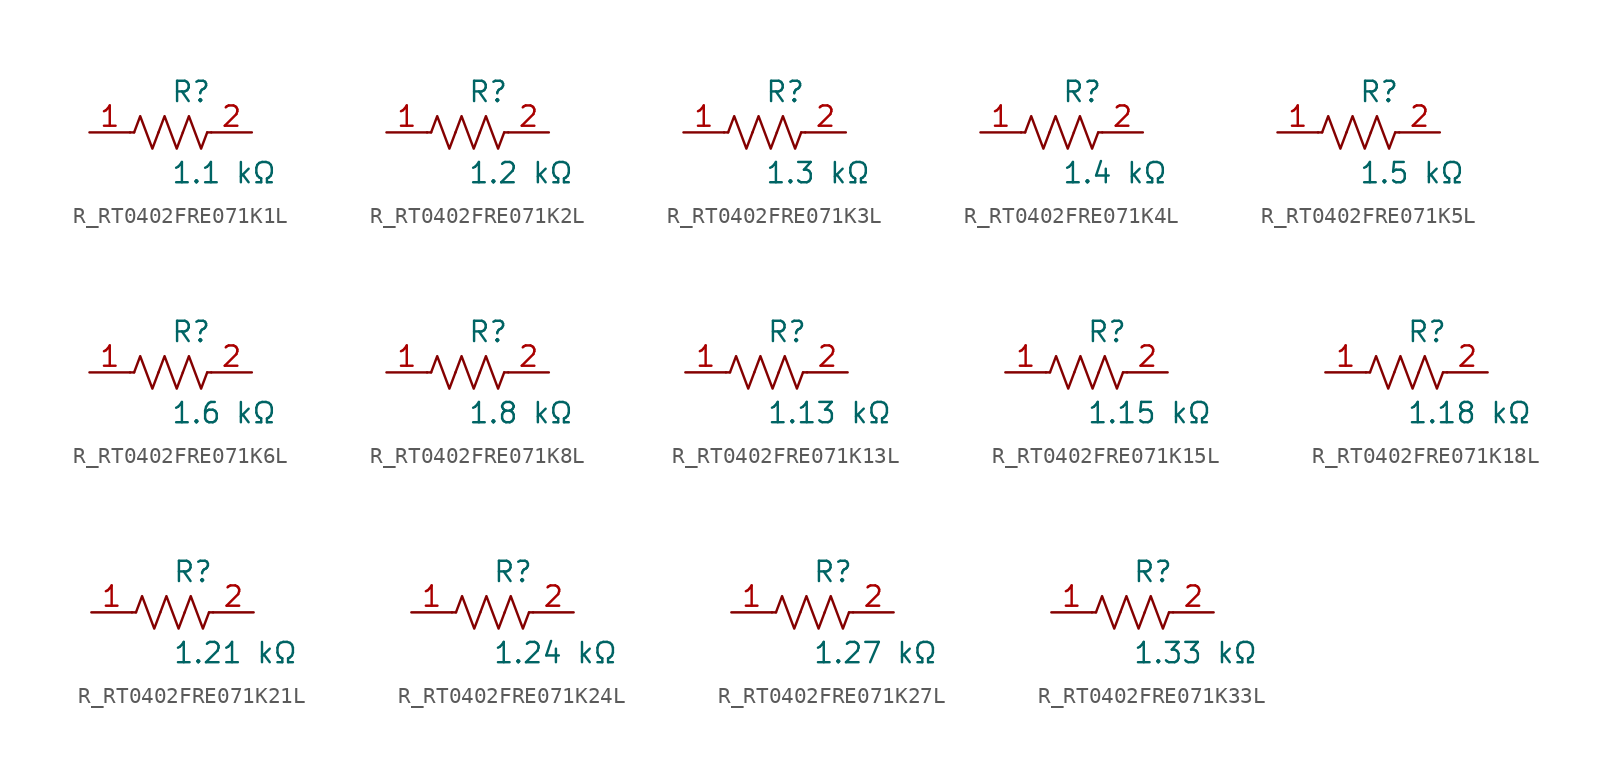
<source format=kicad_sym>
(kicad_symbol_lib
  (version 20231120)
  (generator kicad_symbol_editor)
  (generator_version 8.0)
  (symbol "R_RT0402FRE071K1L"
    (pin_names
      (offset 0.254))
    (property "Reference" "R"
      (at 0.0 2.54 0)
      (effects (font (size 1.27 1.27)) (justify left)))
    (property "Value" "1.1 kΩ"
      (at 0.0 -2.54 0)
      (effects (font (size 1.27 1.27)) (justify left)))
    (symbol "R_RT0402FRE071K1L_0_1"
      (polyline (pts (xy 2.286 0) (xy 2.54 0)) (stroke (width 0) (type default)) (fill (type none)))
      (polyline (pts (xy -2.286 0) (xy -2.54 0)) (stroke (width 0) (type default)) (fill (type none)))
      (polyline (pts (xy 0.762 0) (xy 1.143 1.016) (xy 1.524 0) (xy 1.905 -1.016) (xy 2.286 0)) (stroke (width 0) (type default)) (fill (type none)))
      (polyline (pts (xy -0.762 0) (xy -0.381 1.016) (xy 0 0) (xy 0.381 -1.016) (xy 0.762 0)) (stroke (width 0) (type default)) (fill (type none)))
      (polyline (pts (xy -2.286 0) (xy -1.905 1.016) (xy -1.524 0) (xy -1.143 -1.016) (xy -0.762 0)) (stroke (width 0) (type default)) (fill (type none))))
    (pin unspecified line
      (at -5.08 0 0)
      (length 2.54)
      (name "" (effects (font (size 1.27 1.27))))
      (number "1" (effects (font (size 1.27 1.27)))))
    (pin unspecified line
      (at 5.08 0 180)
      (length 2.54)
      (name "" (effects (font (size 1.27 1.27))))
      (number "2" (effects (font (size 1.27 1.27))))))
  (symbol "R_RT0402FRE071K2L"
    (pin_names
      (offset 0.254))
    (property "Reference" "R"
      (at 0.0 2.54 0)
      (effects (font (size 1.27 1.27)) (justify left)))
    (property "Value" "1.2 kΩ"
      (at 0.0 -2.54 0)
      (effects (font (size 1.27 1.27)) (justify left)))
    (symbol "R_RT0402FRE071K2L_0_1"
      (polyline (pts (xy 2.286 0) (xy 2.54 0)) (stroke (width 0) (type default)) (fill (type none)))
      (polyline (pts (xy -2.286 0) (xy -2.54 0)) (stroke (width 0) (type default)) (fill (type none)))
      (polyline (pts (xy 0.762 0) (xy 1.143 1.016) (xy 1.524 0) (xy 1.905 -1.016) (xy 2.286 0)) (stroke (width 0) (type default)) (fill (type none)))
      (polyline (pts (xy -0.762 0) (xy -0.381 1.016) (xy 0 0) (xy 0.381 -1.016) (xy 0.762 0)) (stroke (width 0) (type default)) (fill (type none)))
      (polyline (pts (xy -2.286 0) (xy -1.905 1.016) (xy -1.524 0) (xy -1.143 -1.016) (xy -0.762 0)) (stroke (width 0) (type default)) (fill (type none))))
    (pin unspecified line
      (at -5.08 0 0)
      (length 2.54)
      (name "" (effects (font (size 1.27 1.27))))
      (number "1" (effects (font (size 1.27 1.27)))))
    (pin unspecified line
      (at 5.08 0 180)
      (length 2.54)
      (name "" (effects (font (size 1.27 1.27))))
      (number "2" (effects (font (size 1.27 1.27))))))
  (symbol "R_RT0402FRE071K3L"
    (pin_names
      (offset 0.254))
    (property "Reference" "R"
      (at 0.0 2.54 0)
      (effects (font (size 1.27 1.27)) (justify left)))
    (property "Value" "1.3 kΩ"
      (at 0.0 -2.54 0)
      (effects (font (size 1.27 1.27)) (justify left)))
    (symbol "R_RT0402FRE071K3L_0_1"
      (polyline (pts (xy 2.286 0) (xy 2.54 0)) (stroke (width 0) (type default)) (fill (type none)))
      (polyline (pts (xy -2.286 0) (xy -2.54 0)) (stroke (width 0) (type default)) (fill (type none)))
      (polyline (pts (xy 0.762 0) (xy 1.143 1.016) (xy 1.524 0) (xy 1.905 -1.016) (xy 2.286 0)) (stroke (width 0) (type default)) (fill (type none)))
      (polyline (pts (xy -0.762 0) (xy -0.381 1.016) (xy 0 0) (xy 0.381 -1.016) (xy 0.762 0)) (stroke (width 0) (type default)) (fill (type none)))
      (polyline (pts (xy -2.286 0) (xy -1.905 1.016) (xy -1.524 0) (xy -1.143 -1.016) (xy -0.762 0)) (stroke (width 0) (type default)) (fill (type none))))
    (pin unspecified line
      (at -5.08 0 0)
      (length 2.54)
      (name "" (effects (font (size 1.27 1.27))))
      (number "1" (effects (font (size 1.27 1.27)))))
    (pin unspecified line
      (at 5.08 0 180)
      (length 2.54)
      (name "" (effects (font (size 1.27 1.27))))
      (number "2" (effects (font (size 1.27 1.27))))))
  (symbol "R_RT0402FRE071K4L"
    (pin_names
      (offset 0.254))
    (property "Reference" "R"
      (at 0.0 2.54 0)
      (effects (font (size 1.27 1.27)) (justify left)))
    (property "Value" "1.4 kΩ"
      (at 0.0 -2.54 0)
      (effects (font (size 1.27 1.27)) (justify left)))
    (symbol "R_RT0402FRE071K4L_0_1"
      (polyline (pts (xy 2.286 0) (xy 2.54 0)) (stroke (width 0) (type default)) (fill (type none)))
      (polyline (pts (xy -2.286 0) (xy -2.54 0)) (stroke (width 0) (type default)) (fill (type none)))
      (polyline (pts (xy 0.762 0) (xy 1.143 1.016) (xy 1.524 0) (xy 1.905 -1.016) (xy 2.286 0)) (stroke (width 0) (type default)) (fill (type none)))
      (polyline (pts (xy -0.762 0) (xy -0.381 1.016) (xy 0 0) (xy 0.381 -1.016) (xy 0.762 0)) (stroke (width 0) (type default)) (fill (type none)))
      (polyline (pts (xy -2.286 0) (xy -1.905 1.016) (xy -1.524 0) (xy -1.143 -1.016) (xy -0.762 0)) (stroke (width 0) (type default)) (fill (type none))))
    (pin unspecified line
      (at -5.08 0 0)
      (length 2.54)
      (name "" (effects (font (size 1.27 1.27))))
      (number "1" (effects (font (size 1.27 1.27)))))
    (pin unspecified line
      (at 5.08 0 180)
      (length 2.54)
      (name "" (effects (font (size 1.27 1.27))))
      (number "2" (effects (font (size 1.27 1.27))))))
  (symbol "R_RT0402FRE071K5L"
    (pin_names
      (offset 0.254))
    (property "Reference" "R"
      (at 0.0 2.54 0)
      (effects (font (size 1.27 1.27)) (justify left)))
    (property "Value" "1.5 kΩ"
      (at 0.0 -2.54 0)
      (effects (font (size 1.27 1.27)) (justify left)))
    (symbol "R_RT0402FRE071K5L_0_1"
      (polyline (pts (xy 2.286 0) (xy 2.54 0)) (stroke (width 0) (type default)) (fill (type none)))
      (polyline (pts (xy -2.286 0) (xy -2.54 0)) (stroke (width 0) (type default)) (fill (type none)))
      (polyline (pts (xy 0.762 0) (xy 1.143 1.016) (xy 1.524 0) (xy 1.905 -1.016) (xy 2.286 0)) (stroke (width 0) (type default)) (fill (type none)))
      (polyline (pts (xy -0.762 0) (xy -0.381 1.016) (xy 0 0) (xy 0.381 -1.016) (xy 0.762 0)) (stroke (width 0) (type default)) (fill (type none)))
      (polyline (pts (xy -2.286 0) (xy -1.905 1.016) (xy -1.524 0) (xy -1.143 -1.016) (xy -0.762 0)) (stroke (width 0) (type default)) (fill (type none))))
    (pin unspecified line
      (at -5.08 0 0)
      (length 2.54)
      (name "" (effects (font (size 1.27 1.27))))
      (number "1" (effects (font (size 1.27 1.27)))))
    (pin unspecified line
      (at 5.08 0 180)
      (length 2.54)
      (name "" (effects (font (size 1.27 1.27))))
      (number "2" (effects (font (size 1.27 1.27))))))
  (symbol "R_RT0402FRE071K6L"
    (pin_names
      (offset 0.254))
    (property "Reference" "R"
      (at 0.0 2.54 0)
      (effects (font (size 1.27 1.27)) (justify left)))
    (property "Value" "1.6 kΩ"
      (at 0.0 -2.54 0)
      (effects (font (size 1.27 1.27)) (justify left)))
    (symbol "R_RT0402FRE071K6L_0_1"
      (polyline (pts (xy 2.286 0) (xy 2.54 0)) (stroke (width 0) (type default)) (fill (type none)))
      (polyline (pts (xy -2.286 0) (xy -2.54 0)) (stroke (width 0) (type default)) (fill (type none)))
      (polyline (pts (xy 0.762 0) (xy 1.143 1.016) (xy 1.524 0) (xy 1.905 -1.016) (xy 2.286 0)) (stroke (width 0) (type default)) (fill (type none)))
      (polyline (pts (xy -0.762 0) (xy -0.381 1.016) (xy 0 0) (xy 0.381 -1.016) (xy 0.762 0)) (stroke (width 0) (type default)) (fill (type none)))
      (polyline (pts (xy -2.286 0) (xy -1.905 1.016) (xy -1.524 0) (xy -1.143 -1.016) (xy -0.762 0)) (stroke (width 0) (type default)) (fill (type none))))
    (pin unspecified line
      (at -5.08 0 0)
      (length 2.54)
      (name "" (effects (font (size 1.27 1.27))))
      (number "1" (effects (font (size 1.27 1.27)))))
    (pin unspecified line
      (at 5.08 0 180)
      (length 2.54)
      (name "" (effects (font (size 1.27 1.27))))
      (number "2" (effects (font (size 1.27 1.27))))))
  (symbol "R_RT0402FRE071K8L"
    (pin_names
      (offset 0.254))
    (property "Reference" "R"
      (at 0.0 2.54 0)
      (effects (font (size 1.27 1.27)) (justify left)))
    (property "Value" "1.8 kΩ"
      (at 0.0 -2.54 0)
      (effects (font (size 1.27 1.27)) (justify left)))
    (symbol "R_RT0402FRE071K8L_0_1"
      (polyline (pts (xy 2.286 0) (xy 2.54 0)) (stroke (width 0) (type default)) (fill (type none)))
      (polyline (pts (xy -2.286 0) (xy -2.54 0)) (stroke (width 0) (type default)) (fill (type none)))
      (polyline (pts (xy 0.762 0) (xy 1.143 1.016) (xy 1.524 0) (xy 1.905 -1.016) (xy 2.286 0)) (stroke (width 0) (type default)) (fill (type none)))
      (polyline (pts (xy -0.762 0) (xy -0.381 1.016) (xy 0 0) (xy 0.381 -1.016) (xy 0.762 0)) (stroke (width 0) (type default)) (fill (type none)))
      (polyline (pts (xy -2.286 0) (xy -1.905 1.016) (xy -1.524 0) (xy -1.143 -1.016) (xy -0.762 0)) (stroke (width 0) (type default)) (fill (type none))))
    (pin unspecified line
      (at -5.08 0 0)
      (length 2.54)
      (name "" (effects (font (size 1.27 1.27))))
      (number "1" (effects (font (size 1.27 1.27)))))
    (pin unspecified line
      (at 5.08 0 180)
      (length 2.54)
      (name "" (effects (font (size 1.27 1.27))))
      (number "2" (effects (font (size 1.27 1.27))))))
  (symbol "R_RT0402FRE071K13L"
    (pin_names
      (offset 0.254))
    (property "Reference" "R"
      (at 0.0 2.54 0)
      (effects (font (size 1.27 1.27)) (justify left)))
    (property "Value" "1.13 kΩ"
      (at 0.0 -2.54 0)
      (effects (font (size 1.27 1.27)) (justify left)))
    (symbol "R_RT0402FRE071K13L_0_1"
      (polyline (pts (xy 2.286 0) (xy 2.54 0)) (stroke (width 0) (type default)) (fill (type none)))
      (polyline (pts (xy -2.286 0) (xy -2.54 0)) (stroke (width 0) (type default)) (fill (type none)))
      (polyline (pts (xy 0.762 0) (xy 1.143 1.016) (xy 1.524 0) (xy 1.905 -1.016) (xy 2.286 0)) (stroke (width 0) (type default)) (fill (type none)))
      (polyline (pts (xy -0.762 0) (xy -0.381 1.016) (xy 0 0) (xy 0.381 -1.016) (xy 0.762 0)) (stroke (width 0) (type default)) (fill (type none)))
      (polyline (pts (xy -2.286 0) (xy -1.905 1.016) (xy -1.524 0) (xy -1.143 -1.016) (xy -0.762 0)) (stroke (width 0) (type default)) (fill (type none))))
    (pin unspecified line
      (at -5.08 0 0)
      (length 2.54)
      (name "" (effects (font (size 1.27 1.27))))
      (number "1" (effects (font (size 1.27 1.27)))))
    (pin unspecified line
      (at 5.08 0 180)
      (length 2.54)
      (name "" (effects (font (size 1.27 1.27))))
      (number "2" (effects (font (size 1.27 1.27))))))
  (symbol "R_RT0402FRE071K15L"
    (pin_names
      (offset 0.254))
    (property "Reference" "R"
      (at 0.0 2.54 0)
      (effects (font (size 1.27 1.27)) (justify left)))
    (property "Value" "1.15 kΩ"
      (at 0.0 -2.54 0)
      (effects (font (size 1.27 1.27)) (justify left)))
    (symbol "R_RT0402FRE071K15L_0_1"
      (polyline (pts (xy 2.286 0) (xy 2.54 0)) (stroke (width 0) (type default)) (fill (type none)))
      (polyline (pts (xy -2.286 0) (xy -2.54 0)) (stroke (width 0) (type default)) (fill (type none)))
      (polyline (pts (xy 0.762 0) (xy 1.143 1.016) (xy 1.524 0) (xy 1.905 -1.016) (xy 2.286 0)) (stroke (width 0) (type default)) (fill (type none)))
      (polyline (pts (xy -0.762 0) (xy -0.381 1.016) (xy 0 0) (xy 0.381 -1.016) (xy 0.762 0)) (stroke (width 0) (type default)) (fill (type none)))
      (polyline (pts (xy -2.286 0) (xy -1.905 1.016) (xy -1.524 0) (xy -1.143 -1.016) (xy -0.762 0)) (stroke (width 0) (type default)) (fill (type none))))
    (pin unspecified line
      (at -5.08 0 0)
      (length 2.54)
      (name "" (effects (font (size 1.27 1.27))))
      (number "1" (effects (font (size 1.27 1.27)))))
    (pin unspecified line
      (at 5.08 0 180)
      (length 2.54)
      (name "" (effects (font (size 1.27 1.27))))
      (number "2" (effects (font (size 1.27 1.27))))))
  (symbol "R_RT0402FRE071K18L"
    (pin_names
      (offset 0.254))
    (property "Reference" "R"
      (at 0.0 2.54 0)
      (effects (font (size 1.27 1.27)) (justify left)))
    (property "Value" "1.18 kΩ"
      (at 0.0 -2.54 0)
      (effects (font (size 1.27 1.27)) (justify left)))
    (symbol "R_RT0402FRE071K18L_0_1"
      (polyline (pts (xy 2.286 0) (xy 2.54 0)) (stroke (width 0) (type default)) (fill (type none)))
      (polyline (pts (xy -2.286 0) (xy -2.54 0)) (stroke (width 0) (type default)) (fill (type none)))
      (polyline (pts (xy 0.762 0) (xy 1.143 1.016) (xy 1.524 0) (xy 1.905 -1.016) (xy 2.286 0)) (stroke (width 0) (type default)) (fill (type none)))
      (polyline (pts (xy -0.762 0) (xy -0.381 1.016) (xy 0 0) (xy 0.381 -1.016) (xy 0.762 0)) (stroke (width 0) (type default)) (fill (type none)))
      (polyline (pts (xy -2.286 0) (xy -1.905 1.016) (xy -1.524 0) (xy -1.143 -1.016) (xy -0.762 0)) (stroke (width 0) (type default)) (fill (type none))))
    (pin unspecified line
      (at -5.08 0 0)
      (length 2.54)
      (name "" (effects (font (size 1.27 1.27))))
      (number "1" (effects (font (size 1.27 1.27)))))
    (pin unspecified line
      (at 5.08 0 180)
      (length 2.54)
      (name "" (effects (font (size 1.27 1.27))))
      (number "2" (effects (font (size 1.27 1.27))))))
  (symbol "R_RT0402FRE071K21L"
    (pin_names
      (offset 0.254))
    (property "Reference" "R"
      (at 0.0 2.54 0)
      (effects (font (size 1.27 1.27)) (justify left)))
    (property "Value" "1.21 kΩ"
      (at 0.0 -2.54 0)
      (effects (font (size 1.27 1.27)) (justify left)))
    (symbol "R_RT0402FRE071K21L_0_1"
      (polyline (pts (xy 2.286 0) (xy 2.54 0)) (stroke (width 0) (type default)) (fill (type none)))
      (polyline (pts (xy -2.286 0) (xy -2.54 0)) (stroke (width 0) (type default)) (fill (type none)))
      (polyline (pts (xy 0.762 0) (xy 1.143 1.016) (xy 1.524 0) (xy 1.905 -1.016) (xy 2.286 0)) (stroke (width 0) (type default)) (fill (type none)))
      (polyline (pts (xy -0.762 0) (xy -0.381 1.016) (xy 0 0) (xy 0.381 -1.016) (xy 0.762 0)) (stroke (width 0) (type default)) (fill (type none)))
      (polyline (pts (xy -2.286 0) (xy -1.905 1.016) (xy -1.524 0) (xy -1.143 -1.016) (xy -0.762 0)) (stroke (width 0) (type default)) (fill (type none))))
    (pin unspecified line
      (at -5.08 0 0)
      (length 2.54)
      (name "" (effects (font (size 1.27 1.27))))
      (number "1" (effects (font (size 1.27 1.27)))))
    (pin unspecified line
      (at 5.08 0 180)
      (length 2.54)
      (name "" (effects (font (size 1.27 1.27))))
      (number "2" (effects (font (size 1.27 1.27))))))
  (symbol "R_RT0402FRE071K24L"
    (pin_names
      (offset 0.254))
    (property "Reference" "R"
      (at 0.0 2.54 0)
      (effects (font (size 1.27 1.27)) (justify left)))
    (property "Value" "1.24 kΩ"
      (at 0.0 -2.54 0)
      (effects (font (size 1.27 1.27)) (justify left)))
    (symbol "R_RT0402FRE071K24L_0_1"
      (polyline (pts (xy 2.286 0) (xy 2.54 0)) (stroke (width 0) (type default)) (fill (type none)))
      (polyline (pts (xy -2.286 0) (xy -2.54 0)) (stroke (width 0) (type default)) (fill (type none)))
      (polyline (pts (xy 0.762 0) (xy 1.143 1.016) (xy 1.524 0) (xy 1.905 -1.016) (xy 2.286 0)) (stroke (width 0) (type default)) (fill (type none)))
      (polyline (pts (xy -0.762 0) (xy -0.381 1.016) (xy 0 0) (xy 0.381 -1.016) (xy 0.762 0)) (stroke (width 0) (type default)) (fill (type none)))
      (polyline (pts (xy -2.286 0) (xy -1.905 1.016) (xy -1.524 0) (xy -1.143 -1.016) (xy -0.762 0)) (stroke (width 0) (type default)) (fill (type none))))
    (pin unspecified line
      (at -5.08 0 0)
      (length 2.54)
      (name "" (effects (font (size 1.27 1.27))))
      (number "1" (effects (font (size 1.27 1.27)))))
    (pin unspecified line
      (at 5.08 0 180)
      (length 2.54)
      (name "" (effects (font (size 1.27 1.27))))
      (number "2" (effects (font (size 1.27 1.27))))))
  (symbol "R_RT0402FRE071K27L"
    (pin_names
      (offset 0.254))
    (property "Reference" "R"
      (at 0.0 2.54 0)
      (effects (font (size 1.27 1.27)) (justify left)))
    (property "Value" "1.27 kΩ"
      (at 0.0 -2.54 0)
      (effects (font (size 1.27 1.27)) (justify left)))
    (symbol "R_RT0402FRE071K27L_0_1"
      (polyline (pts (xy 2.286 0) (xy 2.54 0)) (stroke (width 0) (type default)) (fill (type none)))
      (polyline (pts (xy -2.286 0) (xy -2.54 0)) (stroke (width 0) (type default)) (fill (type none)))
      (polyline (pts (xy 0.762 0) (xy 1.143 1.016) (xy 1.524 0) (xy 1.905 -1.016) (xy 2.286 0)) (stroke (width 0) (type default)) (fill (type none)))
      (polyline (pts (xy -0.762 0) (xy -0.381 1.016) (xy 0 0) (xy 0.381 -1.016) (xy 0.762 0)) (stroke (width 0) (type default)) (fill (type none)))
      (polyline (pts (xy -2.286 0) (xy -1.905 1.016) (xy -1.524 0) (xy -1.143 -1.016) (xy -0.762 0)) (stroke (width 0) (type default)) (fill (type none))))
    (pin unspecified line
      (at -5.08 0 0)
      (length 2.54)
      (name "" (effects (font (size 1.27 1.27))))
      (number "1" (effects (font (size 1.27 1.27)))))
    (pin unspecified line
      (at 5.08 0 180)
      (length 2.54)
      (name "" (effects (font (size 1.27 1.27))))
      (number "2" (effects (font (size 1.27 1.27))))))
  (symbol "R_RT0402FRE071K33L"
    (pin_names
      (offset 0.254))
    (property "Reference" "R"
      (at 0.0 2.54 0)
      (effects (font (size 1.27 1.27)) (justify left)))
    (property "Value" "1.33 kΩ"
      (at 0.0 -2.54 0)
      (effects (font (size 1.27 1.27)) (justify left)))
    (symbol "R_RT0402FRE071K33L_0_1"
      (polyline (pts (xy 2.286 0) (xy 2.54 0)) (stroke (width 0) (type default)) (fill (type none)))
      (polyline (pts (xy -2.286 0) (xy -2.54 0)) (stroke (width 0) (type default)) (fill (type none)))
      (polyline (pts (xy 0.762 0) (xy 1.143 1.016) (xy 1.524 0) (xy 1.905 -1.016) (xy 2.286 0)) (stroke (width 0) (type default)) (fill (type none)))
      (polyline (pts (xy -0.762 0) (xy -0.381 1.016) (xy 0 0) (xy 0.381 -1.016) (xy 0.762 0)) (stroke (width 0) (type default)) (fill (type none)))
      (polyline (pts (xy -2.286 0) (xy -1.905 1.016) (xy -1.524 0) (xy -1.143 -1.016) (xy -0.762 0)) (stroke (width 0) (type default)) (fill (type none))))
    (pin unspecified line
      (at -5.08 0 0)
      (length 2.54)
      (name "" (effects (font (size 1.27 1.27))))
      (number "1" (effects (font (size 1.27 1.27)))))
    (pin unspecified line
      (at 5.08 0 180)
      (length 2.54)
      (name "" (effects (font (size 1.27 1.27))))
      (number "2" (effects (font (size 1.27 1.27)))))))
</source>
